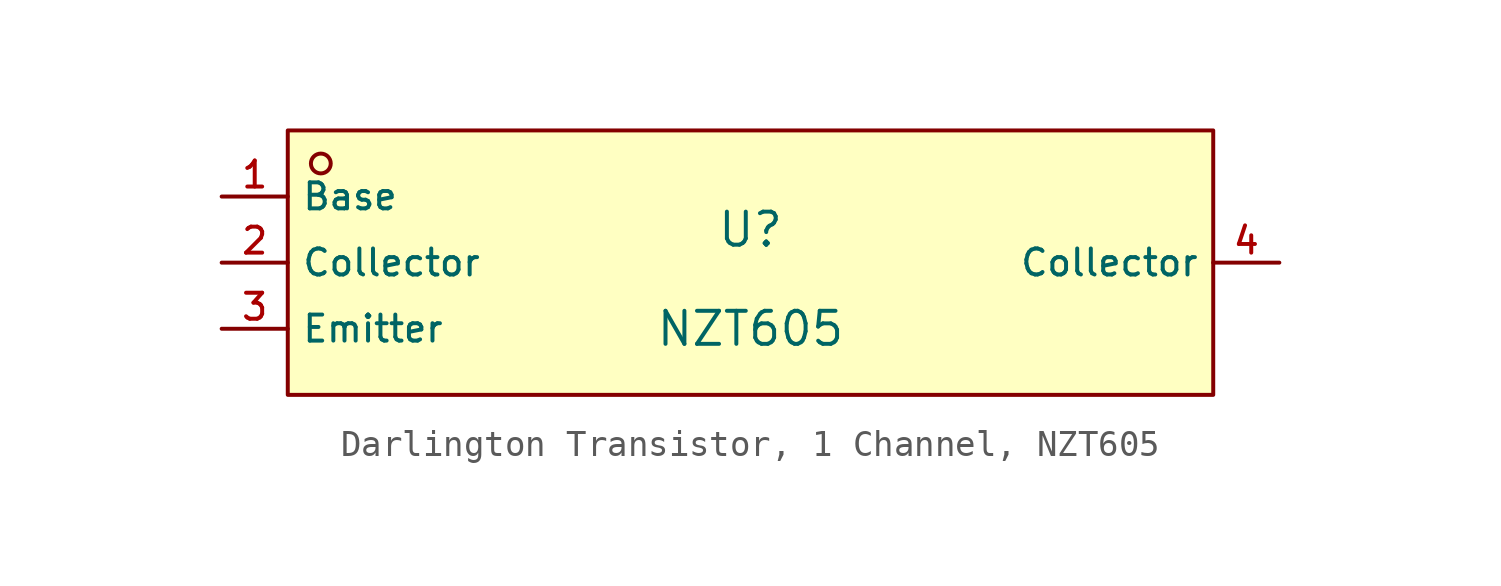
<source format=kicad_sym>
(kicad_symbol_lib
  (version 20231120)
  (generator "CDFER_Archive_Tool")
  (generator_version "0.0")
  (symbol "Darlington Transistor, 1 Channel, NZT605"
    (property "Reference" "U"
      (at 0 1.27 0)
      (effects (font (size 1.27 1.27))))
    (property "Value" "NZT605"
      (at 0 -2.54 0)
      (effects (font (size 1.27 1.27))))
    (symbol "Darlington Transistor, 1 Channel, NZT605_0_1"
      (rectangle (start -17.78 5.08) (end 17.78 -5.08) (stroke (width 0) (type default)) (fill (type background)))
      (circle (center -16.51 3.81) (radius 0.381) (stroke (width 0) (type default)) (fill (type background)))
      (pin unspecified line (at -20.32 2.54 0) (length 2.54) (name "Base" (effects (font (size 1 1)))) (number "1" (effects (font (size 1 1)))))
      (pin unspecified line (at -20.32 0 0) (length 2.54) (name "Collector" (effects (font (size 1 1)))) (number "2" (effects (font (size 1 1)))))
      (pin unspecified line (at -20.32 -2.54 0) (length 2.54) (name "Emitter" (effects (font (size 1 1)))) (number "3" (effects (font (size 1 1)))))
      (pin unspecified line (at 20.32 0 180) (length 2.54) (name "Collector" (effects (font (size 1 1)))) (number "4" (effects (font (size 1 1))))))))
</source>
